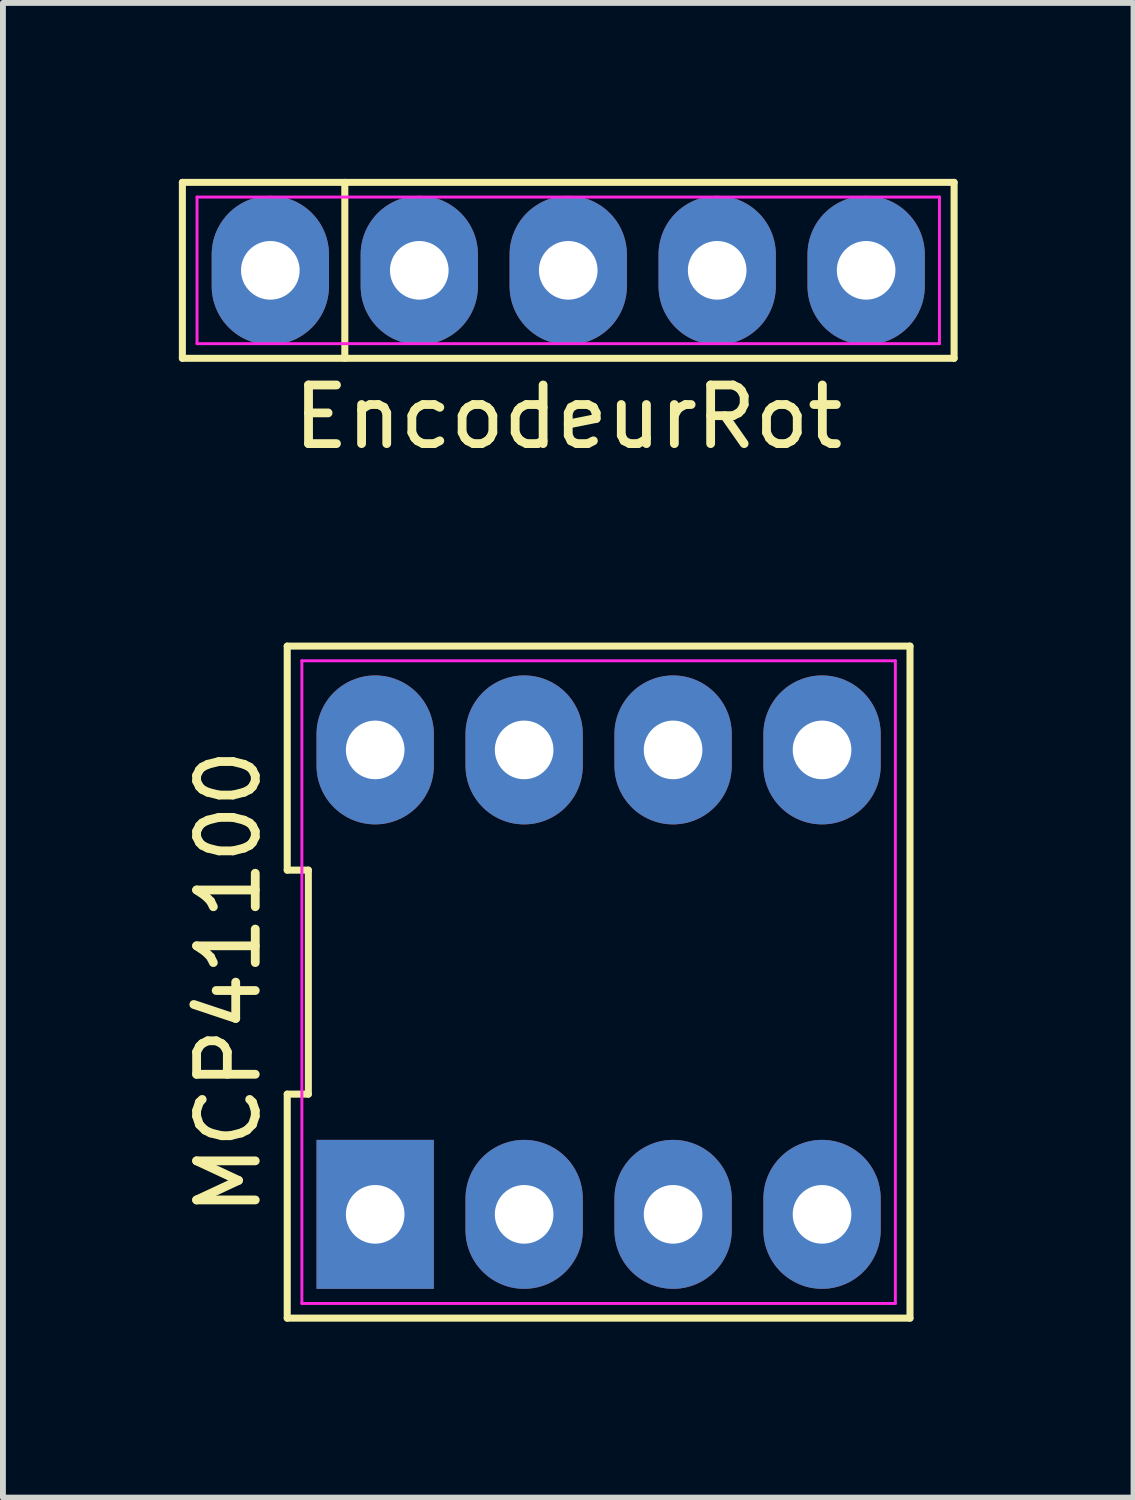
<source format=kicad_pcb>
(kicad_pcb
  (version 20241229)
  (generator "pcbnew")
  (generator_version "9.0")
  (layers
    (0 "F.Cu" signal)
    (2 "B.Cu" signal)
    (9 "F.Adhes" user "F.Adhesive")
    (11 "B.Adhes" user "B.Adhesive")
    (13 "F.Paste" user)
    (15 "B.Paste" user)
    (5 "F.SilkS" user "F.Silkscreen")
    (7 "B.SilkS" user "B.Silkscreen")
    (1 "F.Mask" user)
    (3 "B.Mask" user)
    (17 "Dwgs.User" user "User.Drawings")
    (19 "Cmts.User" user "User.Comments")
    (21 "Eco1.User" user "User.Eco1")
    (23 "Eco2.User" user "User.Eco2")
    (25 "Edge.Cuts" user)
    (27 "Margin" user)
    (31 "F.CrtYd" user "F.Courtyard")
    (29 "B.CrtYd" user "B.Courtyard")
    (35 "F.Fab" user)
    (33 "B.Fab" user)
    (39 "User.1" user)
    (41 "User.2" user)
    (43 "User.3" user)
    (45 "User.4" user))
  (footprint "EncodeurRot"
    (layer "F.Cu")
    (at 6.64 1.56)
    (property "Reference" "EncodeurRot" (at 0 2.5 0) (layer "F.SilkS") (effects (font (size 1 1) (thickness 0.15))))
    (attr through_hole)
    (fp_line (start -6.58 -1.5) (end 6.58 -1.5) (stroke (width 0.12) (type solid)) (layer "F.SilkS"))
    (fp_line (start -6.58 1.5) (end -6.58 -1.5) (stroke (width 0.12) (type solid)) (layer "F.SilkS"))
    (fp_line (start -3.81 -1.5) (end -3.81 1.5) (stroke (width 0.12) (type solid)) (layer "F.SilkS"))
    (fp_line (start 6.58 -1.5) (end 6.58 1.5) (stroke (width 0.12) (type solid)) (layer "F.SilkS"))
    (fp_line (start 6.58 1.5) (end -6.58 1.5) (stroke (width 0.12) (type solid)) (layer "F.SilkS"))
    (fp_line (start -6.33 -1.25) (end 6.33 -1.25) (stroke (width 0.05) (type solid)) (layer "F.CrtYd"))
    (fp_line (start -6.33 1.25) (end -6.33 -1.25) (stroke (width 0.05) (type solid)) (layer "F.CrtYd"))
    (fp_line (start 6.33 -1.25) (end 6.33 1.25) (stroke (width 0.05) (type solid)) (layer "F.CrtYd"))
    (fp_line (start 6.33 1.25) (end -6.33 1.25) (stroke (width 0.05) (type solid)) (layer "F.CrtYd"))
    (pad "1" thru_hole oval (at -5.08 0) (size 2 2.54) (drill 1) (layers "*.Cu" "*.Mask"))
    (pad "2" thru_hole oval (at -2.54 0) (size 2 2.54) (drill 1) (layers "*.Cu" "*.Mask"))
    (pad "3" thru_hole oval (at 0 0) (size 2 2.54) (drill 1) (layers "*.Cu" "*.Mask"))
    (pad "4" thru_hole oval (at 2.54 0) (size 2 2.54) (drill 1) (layers "*.Cu" "*.Mask"))
    (pad "5" thru_hole oval (at 5.08 0) (size 2 2.54) (drill 1) (layers "*.Cu" "*.Mask")))
  (footprint "MCP41100"
    (layer "F.Cu")
    (at 7.158 13.698)
    (property "Reference" "MCP41100" (at -6.31 0 90) (layer "F.SilkS") (effects (font (size 1 1) (thickness 0.15))))
    (attr through_hole)
    (fp_line (start -5.31 -5.73) (end -5.31 -1.91) (stroke (width 0.12) (type solid)) (layer "F.SilkS"))
    (fp_line (start -5.31 -1.91) (end -4.95 -1.91) (stroke (width 0.12) (type solid)) (layer "F.SilkS"))
    (fp_line (start -5.31 1.91) (end -5.31 5.73) (stroke (width 0.12) (type solid)) (layer "F.SilkS"))
    (fp_line (start -5.31 5.73) (end 5.31 5.73) (stroke (width 0.12) (type solid)) (layer "F.SilkS"))
    (fp_line (start -4.95 -1.91) (end -4.95 1.91) (stroke (width 0.12) (type solid)) (layer "F.SilkS"))
    (fp_line (start -4.95 1.91) (end -5.31 1.91) (stroke (width 0.12) (type solid)) (layer "F.SilkS"))
    (fp_line (start 5.31 -5.73) (end -5.31 -5.73) (stroke (width 0.12) (type solid)) (layer "F.SilkS"))
    (fp_line (start 5.31 5.73) (end 5.31 -5.73) (stroke (width 0.12) (type solid)) (layer "F.SilkS"))
    (fp_line (start -5.06 -5.48) (end 5.06 -5.48) (stroke (width 0.05) (type solid)) (layer "F.CrtYd"))
    (fp_line (start -5.06 5.48) (end -5.06 -5.48) (stroke (width 0.05) (type solid)) (layer "F.CrtYd"))
    (fp_line (start 5.06 -5.48) (end 5.06 5.48) (stroke (width 0.05) (type solid)) (layer "F.CrtYd"))
    (fp_line (start 5.06 5.48) (end -5.06 5.48) (stroke (width 0.05) (type solid)) (layer "F.CrtYd"))
    (pad "1" thru_hole rect (at -3.81 3.96) (size 2 2.54) (drill 1) (layers "*.Cu" "*.Mask"))
    (pad "2" thru_hole oval (at -1.27 3.96) (size 2 2.54) (drill 1) (layers "*.Cu" "*.Mask"))
    (pad "3" thru_hole oval (at 1.27 3.96) (size 2 2.54) (drill 1) (layers "*.Cu" "*.Mask"))
    (pad "4" thru_hole oval (at 3.81 3.96) (size 2 2.54) (drill 1) (layers "*.Cu" "*.Mask"))
    (pad "5" thru_hole oval (at 3.81 -3.96) (size 2 2.54) (drill 1) (layers "*.Cu" "*.Mask"))
    (pad "6" thru_hole oval (at 1.27 -3.96) (size 2 2.54) (drill 1) (layers "*.Cu" "*.Mask"))
    (pad "7" thru_hole oval (at -1.27 -3.96) (size 2 2.54) (drill 1) (layers "*.Cu" "*.Mask"))
    (pad "8" thru_hole oval (at -3.81 -3.96) (size 2 2.54) (drill 1) (layers "*.Cu" "*.Mask")))
  (gr_rect
    (start -3 -3)
    (end 16.28 22.488)
    (stroke (width 0.1) (type default))
    (fill no)
    (layer "Edge.Cuts")))
</source>
